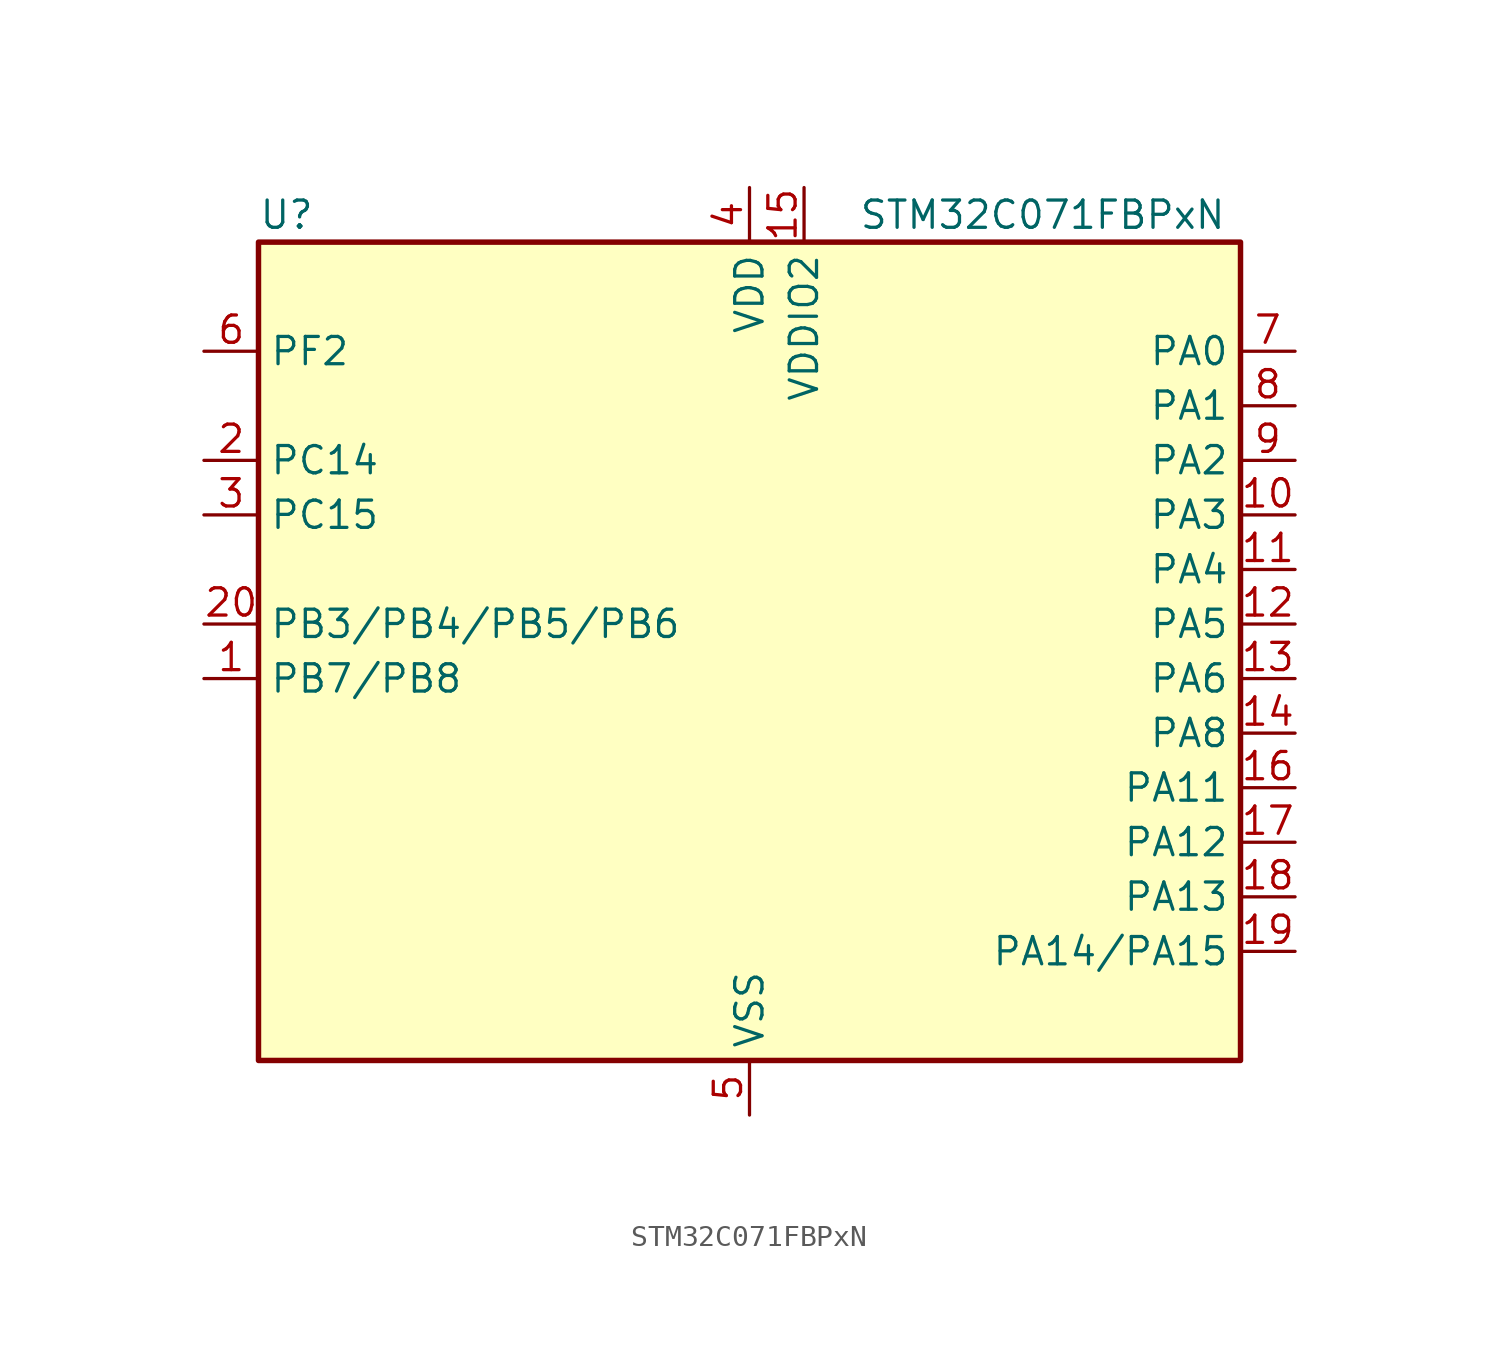
<source format=kicad_sym>
(kicad_symbol_lib
  (version 20241209)
  (generator "kicad_symbol_editor")
  (generator_version "9.0")
  (symbol "STM32C071FBPxN"
    (property "Reference" "U"
      (at -22.86 21.59 0)
      (effects (font (size 1.27 1.27)) (justify left)))
    (property "Value" "STM32C071FBPxN"
      (at 5.08 21.59 0)
      (effects (font (size 1.27 1.27)) (justify left)))
    (symbol "STM32C071FBPxN_0_1"
      (rectangle (start -22.86 -17.78) (end 22.86 20.32) (stroke (width 0.254) (type default)) (fill (type background))))
    (symbol "STM32C071FBPxN_1_1"
      (pin bidirectional line (at -25.4 15.24 0) (length 2.54) (name "PF2" (effects (font (size 1.27 1.27)))) (number "6" (effects (font (size 1.27 1.27)))) (alternate "RCC_MCO" bidirectional line) (alternate "TIM1_CH4" bidirectional line))
      (pin bidirectional line (at -25.4 10.16 0) (length 2.54) (name "PC14" (effects (font (size 1.27 1.27)))) (number "2" (effects (font (size 1.27 1.27)))) (alternate "I2C1_SDA" bidirectional line) (alternate "IR_OUT" bidirectional line) (alternate "RCC_OSCX_IN" bidirectional line) (alternate "SPI2_NSS" bidirectional line) (alternate "TIM17_CH1" bidirectional line) (alternate "TIM1_BKIN2" bidirectional line) (alternate "TIM1_ETR" bidirectional line) (alternate "TIM3_CH2" bidirectional line) (alternate "USART1_TX" bidirectional line) (alternate "USART2_CK" bidirectional line) (alternate "USART2_DE" bidirectional line) (alternate "USART2_RTS" bidirectional line))
      (pin bidirectional line (at -25.4 7.62 0) (length 2.54) (name "PC15" (effects (font (size 1.27 1.27)))) (number "3" (effects (font (size 1.27 1.27)))) (alternate "RCC_OSC32_EN" bidirectional line) (alternate "RCC_OSCX_OUT" bidirectional line) (alternate "RCC_OSC_EN" bidirectional line) (alternate "TIM1_ETR" bidirectional line) (alternate "TIM3_CH3" bidirectional line))
      (pin bidirectional line (at -25.4 2.54 0) (length 2.54) (name "PB3/PB4/PB5/PB6" (effects (font (size 1.27 1.27)))) (number "20" (effects (font (size 1.27 1.27)))) (alternate "I2C1_SCL (PB6)" bidirectional line) (alternate "I2C1_SMBA (PB5)" bidirectional line) (alternate "I2C1_SMBA (PB6)" bidirectional line) (alternate "I2C2_SCL (PB3)" bidirectional line) (alternate "I2C2_SDA (PB4)" bidirectional line) (alternate "I2S1_CK (PB3)" bidirectional line) (alternate "I2S1_CK (PB6)" bidirectional line) (alternate "I2S1_MCK (PB4)" bidirectional line) (alternate "I2S1_MCK (PB6)" bidirectional line) (alternate "I2S1_SD (PB5)" bidirectional line) (alternate "I2S1_SD (PB6)" bidirectional line) (alternate "PB3" bidirectional line) (alternate "PB4" bidirectional line) (alternate "PB5" bidirectional line) (alternate "PB6" bidirectional line) (alternate "PWR_WKUP3 (PB6)" bidirectional line) (alternate "PWR_WKUP6 (PB5)" bidirectional line) (alternate "SPI1_MISO (PB4)" bidirectional line) (alternate "SPI1_MISO (PB6)" bidirectional line) (alternate "SPI1_MOSI (PB5)" bidirectional line) (alternate "SPI1_MOSI (PB6)" bidirectional line) (alternate "SPI1_SCK (PB3)" bidirectional line) (alternate "SPI1_SCK (PB6)" bidirectional line) (alternate "SPI2_MISO (PB6)" bidirectional line) (alternate "TIM16_BKIN (PB5)" bidirectional line) (alternate "TIM16_BKIN (PB6)" bidirectional line) (alternate "TIM16_CH1N (PB6)" bidirectional line) (alternate "TIM17_BKIN (PB4)" bidirectional line) (alternate "TIM17_BKIN (PB6)" bidirectional line) (alternate "TIM1_CH2 (PB3)" bidirectional line) (alternate "TIM1_CH2 (PB6)" bidirectional line) (alternate "TIM1_CH3 (PB6)" bidirectional line) (alternate "TIM2_CH2 (PB3)" bidirectional line) (alternate "TIM3_CH1 (PB4)" bidirectional line) (alternate "TIM3_CH1 (PB6)" bidirectional line) (alternate "TIM3_CH2 (PB3)" bidirectional line) (alternate "TIM3_CH2 (PB5)" bidirectional line) (alternate "TIM3_CH2 (PB6)" bidirectional line) (alternate "TIM3_CH3 (PB5)" bidirectional line) (alternate "TIM3_CH3 (PB6)" bidirectional line) (alternate "USART1_CK (PB3)" bidirectional line) (alternate "USART1_CTS (PB4)" bidirectional line) (alternate "USART1_CTS (PB6)" bidirectional line) (alternate "USART1_DE (PB3)" bidirectional line) (alternate "USART1_NSS (PB4)" bidirectional line) (alternate "USART1_NSS (PB6)" bidirectional line) (alternate "USART1_RTS (PB3)" bidirectional line) (alternate "USART1_TX (PB6)" bidirectional line))
      (pin bidirectional line (at -25.4 0 0) (length 2.54) (name "PB7/PB8" (effects (font (size 1.27 1.27)))) (number "1" (effects (font (size 1.27 1.27)))) (alternate "I2C1_SCL (PB7)" bidirectional line) (alternate "I2C1_SCL (PB8)" bidirectional line) (alternate "I2C1_SDA (PB7)" bidirectional line) (alternate "PB7" bidirectional line) (alternate "PB8" bidirectional line) (alternate "RTC_REFIN (PB7)" bidirectional line) (alternate "SPI2_MOSI (PB7)" bidirectional line) (alternate "SPI2_SCK (PB8)" bidirectional line) (alternate "TIM16_CH1 (PB7)" bidirectional line) (alternate "TIM16_CH1 (PB8)" bidirectional line) (alternate "TIM17_CH1N (PB7)" bidirectional line) (alternate "TIM1_CH4 (PB7)" bidirectional line) (alternate "TIM3_CH1 (PB7)" bidirectional line) (alternate "TIM3_CH1 (PB8)" bidirectional line) (alternate "TIM3_CH4 (PB7)" bidirectional line) (alternate "USART1_RX (PB7)" bidirectional line) (alternate "USART2_CTS (PB7)" bidirectional line) (alternate "USART2_CTS (PB8)" bidirectional line) (alternate "USART2_NSS (PB7)" bidirectional line) (alternate "USART2_NSS (PB8)" bidirectional line))
      (pin power_in line (at 0 22.86 270) (length 2.54) (name "VDD" (effects (font (size 1.27 1.27)))) (number "4" (effects (font (size 1.27 1.27)))))
      (pin power_in line (at 0 -20.32 90) (length 2.54) (name "VSS" (effects (font (size 1.27 1.27)))) (number "5" (effects (font (size 1.27 1.27)))))
      (pin power_in line (at 2.54 22.86 270) (length 2.54) (name "VDDIO2" (effects (font (size 1.27 1.27)))) (number "15" (effects (font (size 1.27 1.27)))))
      (pin bidirectional line (at 25.4 15.24 180) (length 2.54) (name "PA0" (effects (font (size 1.27 1.27)))) (number "7" (effects (font (size 1.27 1.27)))) (alternate "ADC1_IN0" bidirectional line) (alternate "PWR_WKUP1" bidirectional line) (alternate "SPI2_SCK" bidirectional line) (alternate "TIM16_CH1" bidirectional line) (alternate "TIM1_CH1" bidirectional line) (alternate "TIM2_CH1" bidirectional line) (alternate "TIM2_ETR" bidirectional line) (alternate "USART1_TX" bidirectional line) (alternate "USART2_CTS" bidirectional line) (alternate "USART2_NSS" bidirectional line))
      (pin bidirectional line (at 25.4 12.7 180) (length 2.54) (name "PA1" (effects (font (size 1.27 1.27)))) (number "8" (effects (font (size 1.27 1.27)))) (alternate "ADC1_IN1" bidirectional line) (alternate "I2C1_SMBA" bidirectional line) (alternate "I2S1_CK" bidirectional line) (alternate "SPI1_SCK" bidirectional line) (alternate "TIM17_CH1" bidirectional line) (alternate "TIM1_CH2" bidirectional line) (alternate "TIM2_CH2" bidirectional line) (alternate "USART1_RX" bidirectional line) (alternate "USART2_CK" bidirectional line) (alternate "USART2_DE" bidirectional line) (alternate "USART2_RTS" bidirectional line))
      (pin bidirectional line (at 25.4 10.16 180) (length 2.54) (name "PA2" (effects (font (size 1.27 1.27)))) (number "9" (effects (font (size 1.27 1.27)))) (alternate "ADC1_IN2" bidirectional line) (alternate "I2S1_SD" bidirectional line) (alternate "PWR_WKUP4" bidirectional line) (alternate "RCC_LSCO" bidirectional line) (alternate "SPI1_MOSI" bidirectional line) (alternate "TIM16_CH1N" bidirectional line) (alternate "TIM1_CH3" bidirectional line) (alternate "TIM2_CH3" bidirectional line) (alternate "TIM3_ETR" bidirectional line) (alternate "USART2_TX" bidirectional line))
      (pin bidirectional line (at 25.4 7.62 180) (length 2.54) (name "PA3" (effects (font (size 1.27 1.27)))) (number "10" (effects (font (size 1.27 1.27)))) (alternate "ADC1_IN3" bidirectional line) (alternate "SPI2_MISO" bidirectional line) (alternate "TIM1_CH1N" bidirectional line) (alternate "TIM1_CH4" bidirectional line) (alternate "TIM2_CH4" bidirectional line) (alternate "USART2_RX" bidirectional line))
      (pin bidirectional line (at 25.4 5.08 180) (length 2.54) (name "PA4" (effects (font (size 1.27 1.27)))) (number "11" (effects (font (size 1.27 1.27)))) (alternate "ADC1_IN4" bidirectional line) (alternate "I2S1_WS" bidirectional line) (alternate "PWR_WKUP2" bidirectional line) (alternate "RTC_OUT1" bidirectional line) (alternate "RTC_TS" bidirectional line) (alternate "SPI1_NSS" bidirectional line) (alternate "SPI2_MOSI" bidirectional line) (alternate "TIM14_CH1" bidirectional line) (alternate "TIM17_CH1N" bidirectional line) (alternate "TIM1_CH2N" bidirectional line) (alternate "USART2_TX" bidirectional line) (alternate "USB_NOE" bidirectional line))
      (pin bidirectional line (at 25.4 2.54 180) (length 2.54) (name "PA5" (effects (font (size 1.27 1.27)))) (number "12" (effects (font (size 1.27 1.27)))) (alternate "ADC1_IN5" bidirectional line) (alternate "I2S1_CK" bidirectional line) (alternate "SPI1_SCK" bidirectional line) (alternate "TIM1_CH1" bidirectional line) (alternate "TIM1_CH3N" bidirectional line) (alternate "TIM2_CH1" bidirectional line) (alternate "TIM2_ETR" bidirectional line) (alternate "USART2_RX" bidirectional line))
      (pin bidirectional line (at 25.4 0 180) (length 2.54) (name "PA6" (effects (font (size 1.27 1.27)))) (number "13" (effects (font (size 1.27 1.27)))) (alternate "ADC1_IN6" bidirectional line) (alternate "I2C2_SDA" bidirectional line) (alternate "I2S1_MCK" bidirectional line) (alternate "SPI1_MISO" bidirectional line) (alternate "TIM16_CH1" bidirectional line) (alternate "TIM1_BKIN" bidirectional line) (alternate "TIM3_CH1" bidirectional line))
      (pin bidirectional line (at 25.4 -2.54 180) (length 2.54) (name "PA8" (effects (font (size 1.27 1.27)))) (number "14" (effects (font (size 1.27 1.27)))) (alternate "ADC1_IN8" bidirectional line) (alternate "CRS_SYNC" bidirectional line) (alternate "I2S1_WS" bidirectional line) (alternate "RCC_MCO" bidirectional line) (alternate "RCC_MCO2" bidirectional line) (alternate "SPI1_NSS" bidirectional line) (alternate "SPI2_MISO" bidirectional line) (alternate "SPI2_NSS" bidirectional line) (alternate "TIM14_CH1" bidirectional line) (alternate "TIM1_CH1" bidirectional line) (alternate "TIM1_CH2N" bidirectional line) (alternate "TIM1_CH3N" bidirectional line) (alternate "TIM3_CH3" bidirectional line) (alternate "TIM3_CH4" bidirectional line) (alternate "USART1_RX" bidirectional line) (alternate "USART2_TX" bidirectional line))
      (pin bidirectional line (at 25.4 -5.08 180) (length 2.54) (name "PA11" (effects (font (size 1.27 1.27)))) (number "16" (effects (font (size 1.27 1.27)))) (alternate "ADC1_EXTI11" bidirectional line) (alternate "I2C2_SCL" bidirectional line) (alternate "I2S1_MCK" bidirectional line) (alternate "SPI1_MISO" bidirectional line) (alternate "TIM1_BKIN2" bidirectional line) (alternate "TIM1_CH4" bidirectional line) (alternate "USART1_CTS" bidirectional line) (alternate "USART1_NSS" bidirectional line) (alternate "USB_DM" bidirectional line))
      (pin bidirectional line (at 25.4 -7.62 180) (length 2.54) (name "PA12" (effects (font (size 1.27 1.27)))) (number "17" (effects (font (size 1.27 1.27)))) (alternate "I2C2_SDA" bidirectional line) (alternate "I2S1_SD" bidirectional line) (alternate "I2S_CKIN" bidirectional line) (alternate "SPI1_MOSI" bidirectional line) (alternate "TIM1_ETR" bidirectional line) (alternate "USART1_CK" bidirectional line) (alternate "USART1_DE" bidirectional line) (alternate "USART1_RTS" bidirectional line) (alternate "USB_DP" bidirectional line))
      (pin bidirectional line (at 25.4 -10.16 180) (length 2.54) (name "PA13" (effects (font (size 1.27 1.27)))) (number "18" (effects (font (size 1.27 1.27)))) (alternate "ADC1_IN13" bidirectional line) (alternate "DEBUG_SWDIO" bidirectional line) (alternate "IR_OUT" bidirectional line) (alternate "TIM3_ETR" bidirectional line) (alternate "USART2_RX" bidirectional line) (alternate "USB_NOE" bidirectional line))
      (pin bidirectional line (at 25.4 -12.7 180) (length 2.54) (name "PA14/PA15" (effects (font (size 1.27 1.27)))) (number "19" (effects (font (size 1.27 1.27)))) (alternate "ADC1_IN14 (PA14)" bidirectional line) (alternate "DEBUG_SWCLK (PA14)" bidirectional line) (alternate "I2S1_WS (PA14)" bidirectional line) (alternate "I2S1_WS (PA15)" bidirectional line) (alternate "PA14" bidirectional line) (alternate "PA15" bidirectional line) (alternate "RCC_MCO2 (PA14)" bidirectional line) (alternate "RCC_MCO2 (PA15)" bidirectional line) (alternate "SPI1_NSS (PA14)" bidirectional line) (alternate "SPI1_NSS (PA15)" bidirectional line) (alternate "TIM1_CH1 (PA14)" bidirectional line) (alternate "TIM1_CH1 (PA15)" bidirectional line) (alternate "TIM2_CH1 (PA15)" bidirectional line) (alternate "TIM2_ETR (PA15)" bidirectional line) (alternate "USART1_CK (PA14)" bidirectional line) (alternate "USART1_CK (PA15)" bidirectional line) (alternate "USART1_DE (PA14)" bidirectional line) (alternate "USART1_DE (PA15)" bidirectional line) (alternate "USART1_RTS (PA14)" bidirectional line) (alternate "USART1_RTS (PA15)" bidirectional line) (alternate "USART2_RX (PA14)" bidirectional line) (alternate "USART2_RX (PA15)" bidirectional line) (alternate "USART2_TX (PA14)" bidirectional line) (alternate "USB_NOE (PA15)" bidirectional line)))))
</source>
